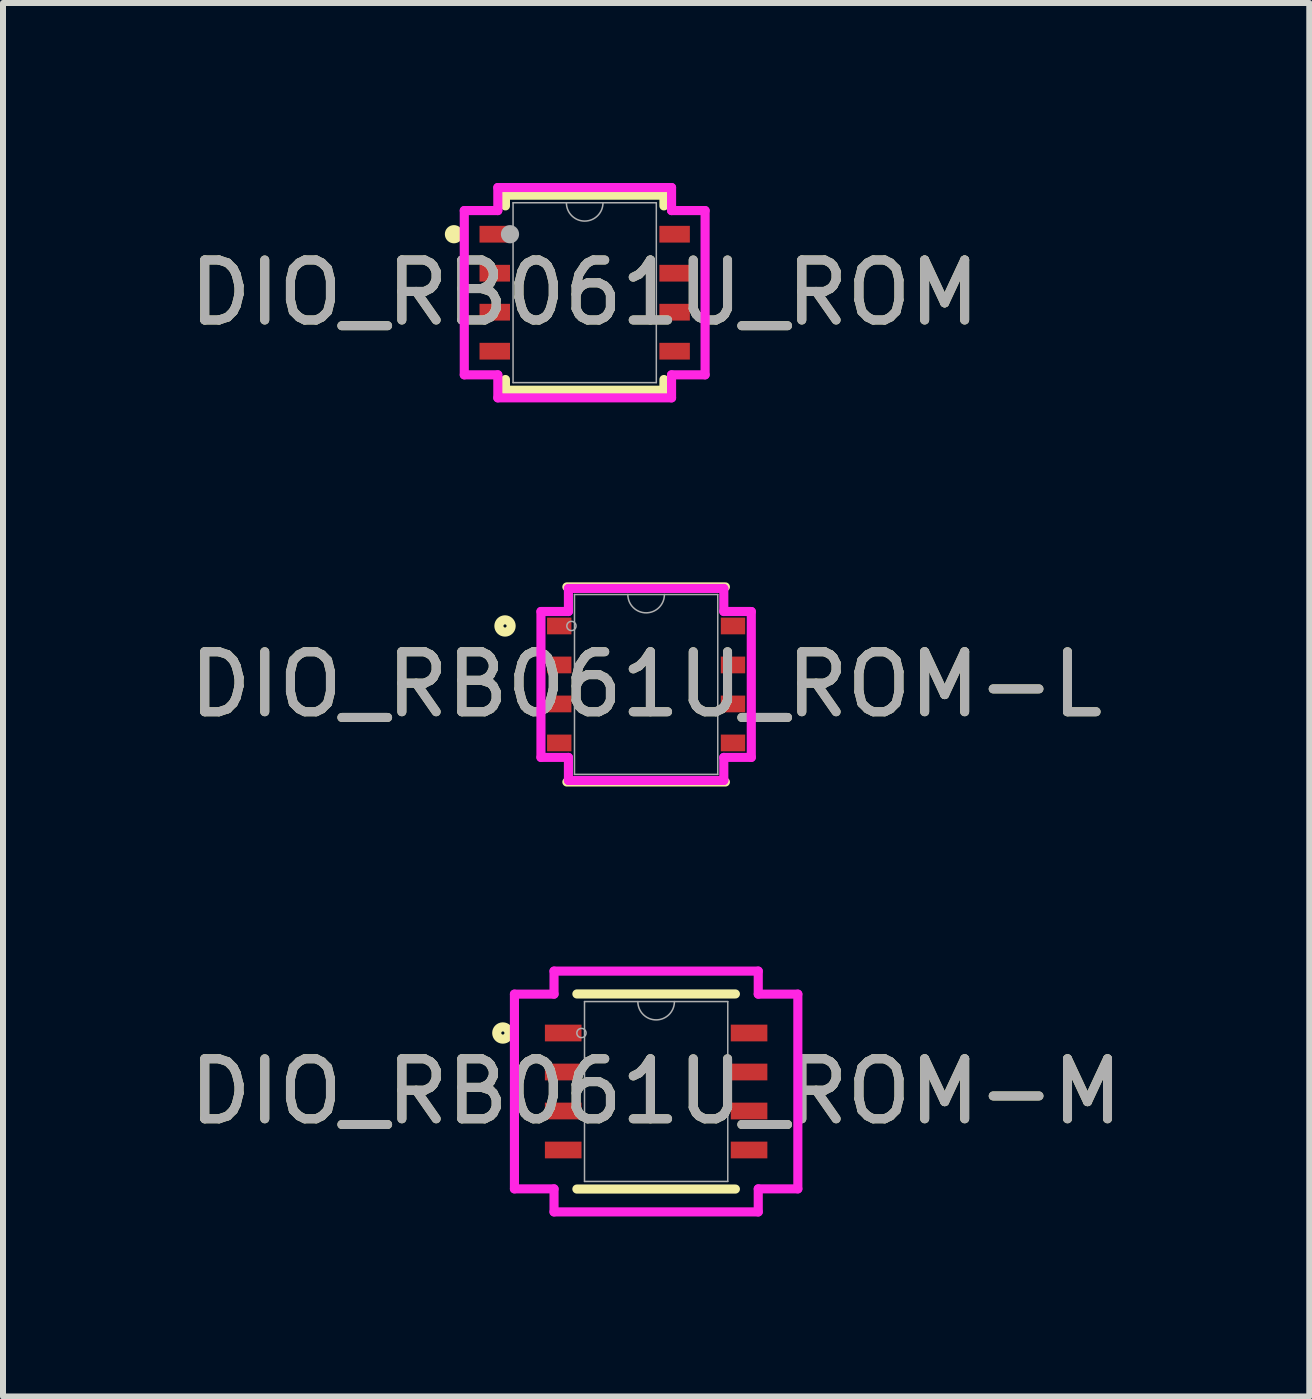
<source format=kicad_pcb>
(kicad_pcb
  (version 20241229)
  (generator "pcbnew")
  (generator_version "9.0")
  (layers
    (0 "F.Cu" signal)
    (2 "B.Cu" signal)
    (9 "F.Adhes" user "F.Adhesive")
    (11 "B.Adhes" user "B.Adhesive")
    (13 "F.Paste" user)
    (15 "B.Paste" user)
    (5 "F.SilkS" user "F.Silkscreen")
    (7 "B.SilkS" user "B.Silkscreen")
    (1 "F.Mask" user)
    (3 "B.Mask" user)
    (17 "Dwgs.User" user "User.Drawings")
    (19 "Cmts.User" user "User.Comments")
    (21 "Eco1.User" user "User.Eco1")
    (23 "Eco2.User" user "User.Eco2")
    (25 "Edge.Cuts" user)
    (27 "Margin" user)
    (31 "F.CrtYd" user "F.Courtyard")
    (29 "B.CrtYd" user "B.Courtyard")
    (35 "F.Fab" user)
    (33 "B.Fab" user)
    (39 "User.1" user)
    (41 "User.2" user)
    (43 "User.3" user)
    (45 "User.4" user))
  (footprint "DIO_RB061U_ROM-L"
    (layer "F.Cu")
    (at 7.72 8.359)
    (property "Reference" "DIO_RB061U_ROM-L" (at 0 0 0) (unlocked yes) (layer "F.SilkS") (effects (font (size 1 1) (thickness 0.15))))
    (attr smd)
    (fp_line (start -1.321 1.626) (end 1.321 1.626) (stroke (width 0.152) (type solid)) (layer "F.SilkS"))
    (fp_line (start 1.321 -1.626) (end -1.321 -1.626) (stroke (width 0.152) (type solid)) (layer "F.SilkS"))
    (fp_circle (center -2.352 -0.975) (end -2.25 -0.975) (stroke (width 0.152) (type solid)) (fill no) (layer "F.SilkS"))
    (fp_line (start -1.753 -1.216) (end -1.295 -1.216) (stroke (width 0.152) (type solid)) (layer "F.CrtYd"))
    (fp_line (start -1.753 1.216) (end -1.753 -1.216) (stroke (width 0.152) (type solid)) (layer "F.CrtYd"))
    (fp_line (start -1.753 1.216) (end -1.295 1.216) (stroke (width 0.152) (type solid)) (layer "F.CrtYd"))
    (fp_line (start -1.295 -1.6) (end 1.295 -1.6) (stroke (width 0.152) (type solid)) (layer "F.CrtYd"))
    (fp_line (start -1.295 -1.216) (end -1.295 -1.6) (stroke (width 0.152) (type solid)) (layer "F.CrtYd"))
    (fp_line (start -1.295 1.6) (end -1.295 1.216) (stroke (width 0.152) (type solid)) (layer "F.CrtYd"))
    (fp_line (start 1.295 -1.6) (end 1.295 -1.216) (stroke (width 0.152) (type solid)) (layer "F.CrtYd"))
    (fp_line (start 1.295 1.216) (end 1.295 1.6) (stroke (width 0.152) (type solid)) (layer "F.CrtYd"))
    (fp_line (start 1.295 1.6) (end -1.295 1.6) (stroke (width 0.152) (type solid)) (layer "F.CrtYd"))
    (fp_line (start 1.753 -1.216) (end 1.295 -1.216) (stroke (width 0.152) (type solid)) (layer "F.CrtYd"))
    (fp_line (start 1.753 -1.216) (end 1.753 1.216) (stroke (width 0.152) (type solid)) (layer "F.CrtYd"))
    (fp_line (start 1.753 1.216) (end 1.295 1.216) (stroke (width 0.152) (type solid)) (layer "F.CrtYd"))
    (fp_line (start -1.194 -1.499) (end -1.194 1.499) (stroke (width 0.025) (type solid)) (layer "F.Fab"))
    (fp_line (start -1.194 1.499) (end 1.194 1.499) (stroke (width 0.025) (type solid)) (layer "F.Fab"))
    (fp_line (start 1.194 -1.499) (end -1.194 -1.499) (stroke (width 0.025) (type solid)) (layer "F.Fab"))
    (fp_line (start 1.194 1.499) (end 1.194 -1.499) (stroke (width 0.025) (type solid)) (layer "F.Fab"))
    (fp_arc (start 0.3048 -1.4986) (mid 0 -1.1938) (end -0.3048 -1.4986) (stroke (width 0.0254) (type solid)) (layer "F.Fab"))
    (fp_circle (center -1.245 -0.975) (end -1.168 -0.975) (stroke (width 0.025) (type solid)) (fill no) (layer "F.Fab"))
    (fp_text user "${REFERENCE}" (at 0 0 0) (unlocked yes) (layer "F.Fab") (effects (font (size 1 1) (thickness 0.15))))
    (pad "1" smd rect (at -1.448 -0.975) (size 0.406 0.279) (layers "F.Cu" "F.Mask" "F.Paste"))
    (pad "2" smd rect (at -1.448 -0.325) (size 0.406 0.279) (layers "F.Cu" "F.Mask" "F.Paste"))
    (pad "3" smd rect (at -1.448 0.325) (size 0.406 0.279) (layers "F.Cu" "F.Mask" "F.Paste"))
    (pad "4" smd rect (at -1.448 0.975) (size 0.406 0.279) (layers "F.Cu" "F.Mask" "F.Paste"))
    (pad "5" smd rect (at 1.448 0.975) (size 0.406 0.279) (layers "F.Cu" "F.Mask" "F.Paste"))
    (pad "6" smd rect (at 1.448 0.325) (size 0.406 0.279) (layers "F.Cu" "F.Mask" "F.Paste"))
    (pad "7" smd rect (at 1.448 -0.325) (size 0.406 0.279) (layers "F.Cu" "F.Mask" "F.Paste"))
    (pad "8" smd rect (at 1.448 -0.975) (size 0.406 0.279) (layers "F.Cu" "F.Mask" "F.Paste")))
  (footprint "DIO_RB061U_ROM-M"
    (layer "F.Cu")
    (at 7.887 15.144)
    (property "Reference" "DIO_RB061U_ROM-M" (at 0 0 0) (unlocked yes) (layer "F.SilkS") (effects (font (size 1 1) (thickness 0.15))))
    (attr smd)
    (fp_line (start -1.321 1.626) (end 1.321 1.626) (stroke (width 0.152) (type solid)) (layer "F.SilkS"))
    (fp_line (start 1.321 -1.626) (end -1.321 -1.626) (stroke (width 0.152) (type solid)) (layer "F.SilkS"))
    (fp_circle (center -2.555 -0.975) (end -2.453 -0.975) (stroke (width 0.152) (type solid)) (fill no) (layer "F.SilkS"))
    (fp_line (start -2.362 -1.623) (end -1.702 -1.623) (stroke (width 0.152) (type solid)) (layer "F.CrtYd"))
    (fp_line (start -2.362 1.623) (end -2.362 -1.623) (stroke (width 0.152) (type solid)) (layer "F.CrtYd"))
    (fp_line (start -2.362 1.623) (end -1.702 1.623) (stroke (width 0.152) (type solid)) (layer "F.CrtYd"))
    (fp_line (start -1.702 -2.007) (end 1.702 -2.007) (stroke (width 0.152) (type solid)) (layer "F.CrtYd"))
    (fp_line (start -1.702 -1.623) (end -1.702 -2.007) (stroke (width 0.152) (type solid)) (layer "F.CrtYd"))
    (fp_line (start -1.702 2.007) (end -1.702 1.623) (stroke (width 0.152) (type solid)) (layer "F.CrtYd"))
    (fp_line (start 1.702 -2.007) (end 1.702 -1.623) (stroke (width 0.152) (type solid)) (layer "F.CrtYd"))
    (fp_line (start 1.702 1.623) (end 1.702 2.007) (stroke (width 0.152) (type solid)) (layer "F.CrtYd"))
    (fp_line (start 1.702 2.007) (end -1.702 2.007) (stroke (width 0.152) (type solid)) (layer "F.CrtYd"))
    (fp_line (start 2.362 -1.623) (end 1.702 -1.623) (stroke (width 0.152) (type solid)) (layer "F.CrtYd"))
    (fp_line (start 2.362 -1.623) (end 2.362 1.623) (stroke (width 0.152) (type solid)) (layer "F.CrtYd"))
    (fp_line (start 2.362 1.623) (end 1.702 1.623) (stroke (width 0.152) (type solid)) (layer "F.CrtYd"))
    (fp_line (start -1.194 -1.499) (end -1.194 1.499) (stroke (width 0.025) (type solid)) (layer "F.Fab"))
    (fp_line (start -1.194 1.499) (end 1.194 1.499) (stroke (width 0.025) (type solid)) (layer "F.Fab"))
    (fp_line (start 1.194 -1.499) (end -1.194 -1.499) (stroke (width 0.025) (type solid)) (layer "F.Fab"))
    (fp_line (start 1.194 1.499) (end 1.194 -1.499) (stroke (width 0.025) (type solid)) (layer "F.Fab"))
    (fp_arc (start 0.3048 -1.4986) (mid 0 -1.1938) (end -0.3048 -1.4986) (stroke (width 0.0254) (type solid)) (layer "F.Fab"))
    (fp_circle (center -1.245 -0.975) (end -1.168 -0.975) (stroke (width 0.025) (type solid)) (fill no) (layer "F.Fab"))
    (fp_text user "${REFERENCE}" (at 0 0 0) (unlocked yes) (layer "F.Fab") (effects (font (size 1 1) (thickness 0.15))))
    (pad "1" smd rect (at -1.549 -0.975) (size 0.61 0.279) (layers "F.Cu" "F.Mask" "F.Paste"))
    (pad "2" smd rect (at -1.549 -0.325) (size 0.61 0.279) (layers "F.Cu" "F.Mask" "F.Paste"))
    (pad "3" smd rect (at -1.549 0.325) (size 0.61 0.279) (layers "F.Cu" "F.Mask" "F.Paste"))
    (pad "4" smd rect (at -1.549 0.975) (size 0.61 0.279) (layers "F.Cu" "F.Mask" "F.Paste"))
    (pad "5" smd rect (at 1.549 0.975) (size 0.61 0.279) (layers "F.Cu" "F.Mask" "F.Paste"))
    (pad "6" smd rect (at 1.549 0.325) (size 0.61 0.279) (layers "F.Cu" "F.Mask" "F.Paste"))
    (pad "7" smd rect (at 1.549 -0.325) (size 0.61 0.279) (layers "F.Cu" "F.Mask" "F.Paste"))
    (pad "8" smd rect (at 1.549 -0.975) (size 0.61 0.279) (layers "F.Cu" "F.Mask" "F.Paste")))
  (footprint "DIO_RB061U_ROM"
    (layer "F.Cu")
    (at 6.696 1.829)
    (property "Reference" "DIO_RB061U_ROM" (at 0 0 0) (unlocked yes) (layer "F.SilkS") (effects (font (size 1 1) (thickness 0.15))))
    (attr smd)
    (fp_line (start -1.321 -1.626) (end -1.321 -1.447) (stroke (width 0.152) (type solid)) (layer "F.SilkS"))
    (fp_line (start -1.321 1.447) (end -1.321 1.626) (stroke (width 0.152) (type solid)) (layer "F.SilkS"))
    (fp_line (start -1.321 1.626) (end 1.321 1.626) (stroke (width 0.152) (type solid)) (layer "F.SilkS"))
    (fp_line (start 1.321 -1.626) (end -1.321 -1.626) (stroke (width 0.152) (type solid)) (layer "F.SilkS"))
    (fp_line (start 1.321 -1.447) (end 1.321 -1.626) (stroke (width 0.152) (type solid)) (layer "F.SilkS"))
    (fp_line (start 1.321 1.626) (end 1.321 1.447) (stroke (width 0.152) (type solid)) (layer "F.SilkS"))
    (fp_circle (center -2.179 -0.975) (end -2.103 -0.975) (stroke (width 0.152) (type solid)) (fill no) (layer "F.SilkS"))
    (fp_line (start -2.007 -1.369) (end -1.448 -1.369) (stroke (width 0.152) (type solid)) (layer "F.CrtYd"))
    (fp_line (start -2.007 1.369) (end -2.007 -1.369) (stroke (width 0.152) (type solid)) (layer "F.CrtYd"))
    (fp_line (start -2.007 1.369) (end -1.448 1.369) (stroke (width 0.152) (type solid)) (layer "F.CrtYd"))
    (fp_line (start -1.448 -1.753) (end 1.448 -1.753) (stroke (width 0.152) (type solid)) (layer "F.CrtYd"))
    (fp_line (start -1.448 -1.369) (end -1.448 -1.753) (stroke (width 0.152) (type solid)) (layer "F.CrtYd"))
    (fp_line (start -1.448 1.753) (end -1.448 1.369) (stroke (width 0.152) (type solid)) (layer "F.CrtYd"))
    (fp_line (start 1.448 -1.753) (end 1.448 -1.369) (stroke (width 0.152) (type solid)) (layer "F.CrtYd"))
    (fp_line (start 1.448 1.369) (end 1.448 1.753) (stroke (width 0.152) (type solid)) (layer "F.CrtYd"))
    (fp_line (start 1.448 1.753) (end -1.448 1.753) (stroke (width 0.152) (type solid)) (layer "F.CrtYd"))
    (fp_line (start 2.007 -1.369) (end 1.448 -1.369) (stroke (width 0.152) (type solid)) (layer "F.CrtYd"))
    (fp_line (start 2.007 -1.369) (end 2.007 1.369) (stroke (width 0.152) (type solid)) (layer "F.CrtYd"))
    (fp_line (start 2.007 1.369) (end 1.448 1.369) (stroke (width 0.152) (type solid)) (layer "F.CrtYd"))
    (fp_line (start -1.194 -1.499) (end -1.194 1.499) (stroke (width 0.025) (type solid)) (layer "F.Fab"))
    (fp_line (start -1.194 1.499) (end 1.194 1.499) (stroke (width 0.025) (type solid)) (layer "F.Fab"))
    (fp_line (start 1.194 -1.499) (end -1.194 -1.499) (stroke (width 0.025) (type solid)) (layer "F.Fab"))
    (fp_line (start 1.194 1.499) (end 1.194 -1.499) (stroke (width 0.025) (type solid)) (layer "F.Fab"))
    (fp_arc (start 0.3048 -1.4986) (mid 0 -1.1938) (end -0.3048 -1.4986) (stroke (width 0.0254) (type solid)) (layer "F.Fab"))
    (fp_circle (center -1.245 -0.975) (end -1.245 -0.975) (stroke (width 0.152) (type solid)) (fill no) (layer "F.Fab"))
    (fp_text user "${REFERENCE}" (at 0 0 0) (unlocked yes) (layer "F.Fab") (effects (font (size 1 1) (thickness 0.15))))
    (pad "1" smd rect (at -1.499 -0.975) (size 0.508 0.279) (layers "F.Cu" "F.Mask" "F.Paste"))
    (pad "2" smd rect (at -1.499 -0.325) (size 0.508 0.279) (layers "F.Cu" "F.Mask" "F.Paste"))
    (pad "3" smd rect (at -1.499 0.325) (size 0.508 0.279) (layers "F.Cu" "F.Mask" "F.Paste"))
    (pad "4" smd rect (at -1.499 0.975) (size 0.508 0.279) (layers "F.Cu" "F.Mask" "F.Paste"))
    (pad "5" smd rect (at 1.499 0.975) (size 0.508 0.279) (layers "F.Cu" "F.Mask" "F.Paste"))
    (pad "6" smd rect (at 1.499 0.325) (size 0.508 0.279) (layers "F.Cu" "F.Mask" "F.Paste"))
    (pad "7" smd rect (at 1.499 -0.325) (size 0.508 0.279) (layers "F.Cu" "F.Mask" "F.Paste"))
    (pad "8" smd rect (at 1.499 -0.975) (size 0.508 0.279) (layers "F.Cu" "F.Mask" "F.Paste")))
  (gr_rect
    (start -3 -3)
    (end 18.774 20.227)
    (stroke (width 0.1) (type default))
    (fill no)
    (layer "Edge.Cuts")))
</source>
